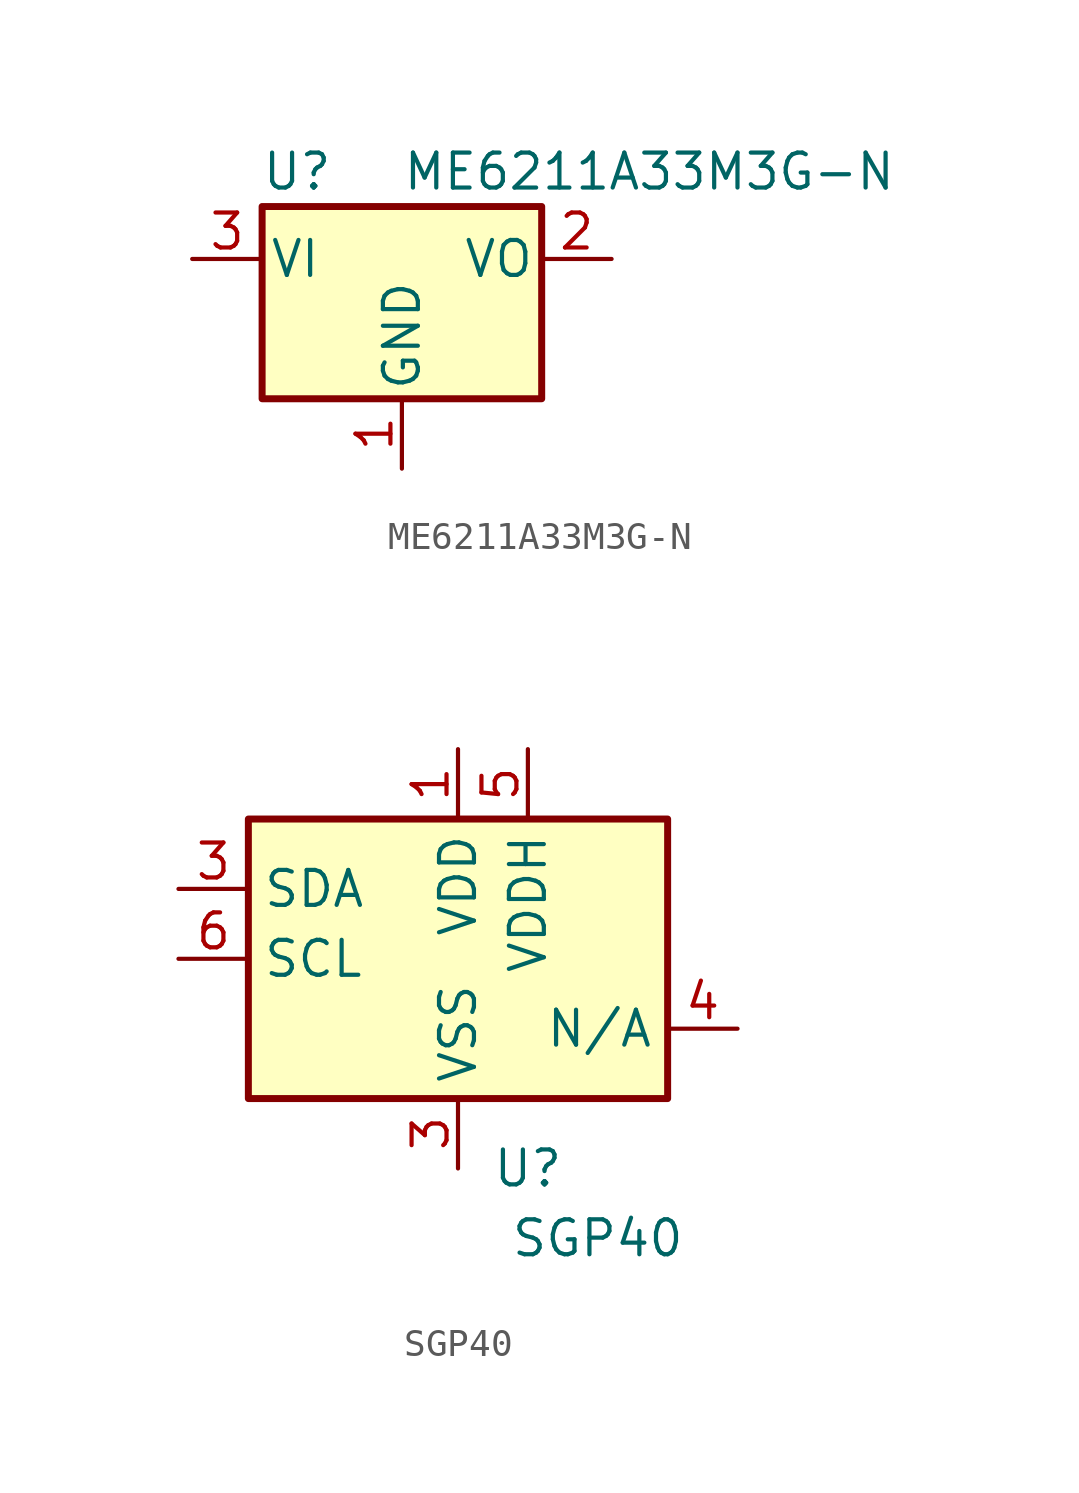
<source format=kicad_sym>
(kicad_symbol_lib
  (version 20211014)
  (generator kicad_symbol_editor)
  (symbol "ME6211A33M3G-N"
    (pin_names
      (offset 0.254))
    (property "Reference" "U"
      (at -3.81 3.175 0)
      (effects (font (size 1.27 1.27))))
    (property "Value" "ME6211A33M3G-N"
      (at 0 3.175 0)
      (effects (font (size 1.27 1.27)) (justify left)))
    (symbol "ME6211A33M3G-N_0_1"
      (rectangle (start -5.08 -5.08) (end 5.08 1.905) (stroke (width 0.254) (type default) (color 0 0 0 0)) (fill (type background))))
    (symbol "ME6211A33M3G-N_1_1"
      (pin power_in line (at 0 -7.62 90) (length 2.54) (name "GND" (effects (font (size 1.27 1.27)))) (number "1" (effects (font (size 1.27 1.27)))))
      (pin power_out line (at 7.62 0 180) (length 2.54) (name "VO" (effects (font (size 1.27 1.27)))) (number "2" (effects (font (size 1.27 1.27)))))
      (pin power_in line (at -7.62 0 0) (length 2.54) (name "VI" (effects (font (size 1.27 1.27)))) (number "3" (effects (font (size 1.27 1.27)))))))
  (symbol "SGP40"
    (property "Reference" "U"
      (at 2.54 -7.62 0)
      (effects (font (size 1.27 1.27))))
    (property "Value" "SGP40"
      (at 5.08 -10.16 0)
      (effects (font (size 1.27 1.27))))
    (symbol "SGP40_0_1"
      (rectangle (start -7.62 5.08) (end 7.62 -5.08) (stroke (width 0.254) (type default) (color 0 0 0 0)) (fill (type background))))
    (symbol "SGP40_1_1"
      (pin power_in line (at 0 7.62 270) (length 2.54) (name "VDD" (effects (font (size 1.27 1.27)))) (number "1" (effects (font (size 1.27 1.27)))))
      (pin bidirectional line (at -10.16 2.54 0) (length 2.54) (name "SDA" (effects (font (size 1.27 1.27)))) (number "3" (effects (font (size 1.27 1.27)))))
      (pin power_in line (at 0 -7.62 90) (length 2.54) (name "VSS" (effects (font (size 1.27 1.27)))) (number "3" (effects (font (size 1.27 1.27)))))
      (pin passive line (at 10.16 -2.54 180) (length 2.54) (name "N/A" (effects (font (size 1.27 1.27)))) (number "4" (effects (font (size 1.27 1.27)))))
      (pin power_in line (at 2.54 7.62 270) (length 2.54) (name "VDDH" (effects (font (size 1.27 1.27)))) (number "5" (effects (font (size 1.27 1.27)))))
      (pin input line (at -10.16 0 0) (length 2.54) (name "SCL" (effects (font (size 1.27 1.27)))) (number "6" (effects (font (size 1.27 1.27)))))
      (pin passive line (at 0 -7.62 90) (length 2.54) hide (name "VSS" (effects (font (size 1.27 1.27)))) (number "7" (effects (font (size 1.27 1.27))))))))
</source>
